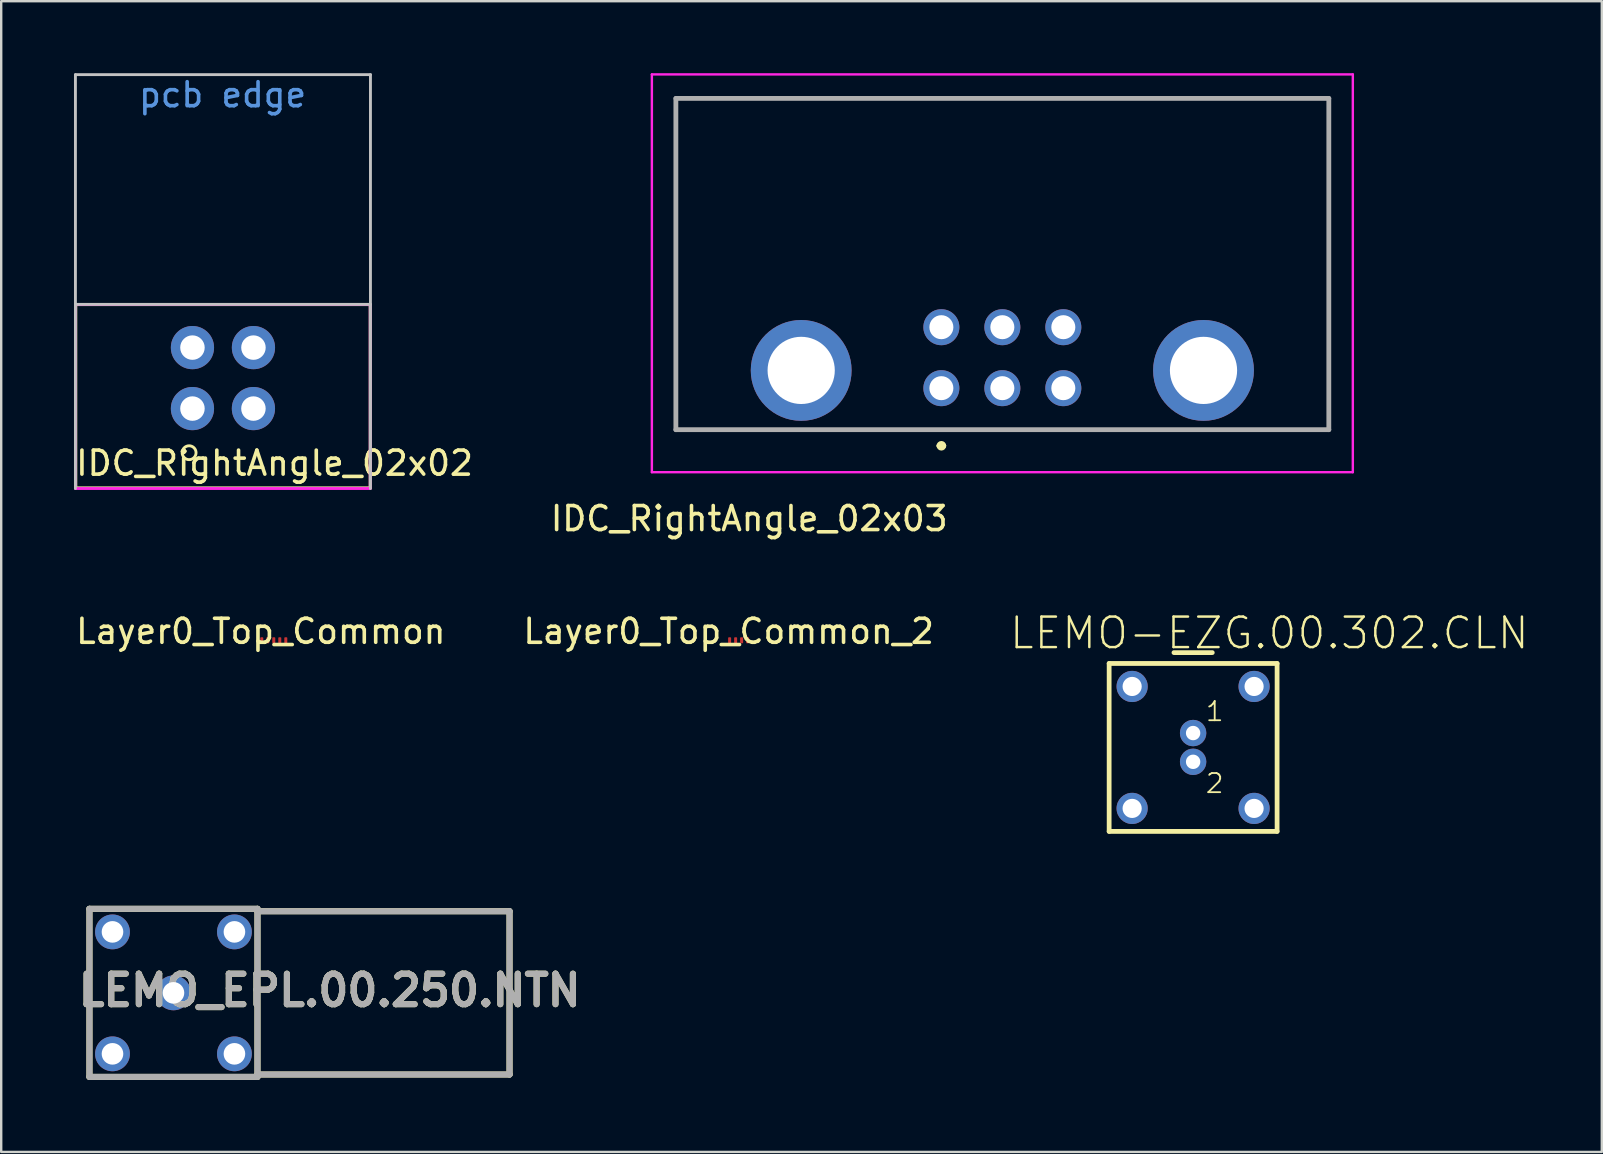
<source format=kicad_pcb>
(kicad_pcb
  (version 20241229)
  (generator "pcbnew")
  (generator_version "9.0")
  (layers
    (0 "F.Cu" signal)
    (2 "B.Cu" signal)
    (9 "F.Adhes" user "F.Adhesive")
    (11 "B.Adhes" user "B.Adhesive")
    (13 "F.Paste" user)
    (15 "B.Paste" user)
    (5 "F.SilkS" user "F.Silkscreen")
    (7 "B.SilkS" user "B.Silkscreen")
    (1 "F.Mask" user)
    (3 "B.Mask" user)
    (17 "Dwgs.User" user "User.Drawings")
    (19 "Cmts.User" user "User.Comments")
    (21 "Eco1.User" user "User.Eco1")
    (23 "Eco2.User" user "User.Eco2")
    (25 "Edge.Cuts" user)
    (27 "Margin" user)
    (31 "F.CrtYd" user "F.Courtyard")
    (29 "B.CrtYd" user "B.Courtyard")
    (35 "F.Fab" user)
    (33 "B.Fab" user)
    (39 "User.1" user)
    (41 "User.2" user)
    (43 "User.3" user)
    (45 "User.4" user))
  (footprint "IDC_RightAngle_02x02"
    (layer "F.Cu")
    (at 6.252 15.631)
    (property "Reference" "IDC_RightAngle_02x02" (at 2.135 0.614 0) (layer "F.SilkS") (effects (font (size 1 1) (thickness 0.15))))
    (attr through_hole)
    (fp_line (start -6.143 -5.992) (end 6.117 -5.992) (stroke (width 0.12) (type solid)) (layer "F.SilkS"))
    (fp_line (start -6.143 1.641) (end -6.143 -5.99) (stroke (width 0.12) (type solid)) (layer "F.SilkS"))
    (fp_line (start 6.117 -5.992) (end 6.117 1.641) (stroke (width 0.12) (type solid)) (layer "F.SilkS"))
    (fp_line (start 6.117 1.641) (end -6.143 1.641) (stroke (width 0.12) (type solid)) (layer "F.SilkS"))
    (fp_circle (center -1.424 0.178) (end -1.659 0.01) (stroke (width 0.12) (type solid)) (fill no) (layer "F.SilkS"))
    (fp_line (start -6.16 -15.571) (end 6.13 -15.571) (stroke (width 0.12) (type solid)) (layer "Dwgs.User"))
    (fp_line (start -6.16 1.669) (end -6.16 -15.571) (stroke (width 0.12) (type solid)) (layer "Dwgs.User"))
    (fp_line (start 6.13 -15.571) (end 6.13 1.669) (stroke (width 0.12) (type solid)) (layer "Dwgs.User"))
    (fp_line (start 6.13 -6.001) (end -6.16 -6.001) (stroke (width 0.12) (type solid)) (layer "Dwgs.User"))
    (fp_line (start -6.156 1.668) (end -6.156 -5.993) (stroke (width 0.12) (type solid)) (layer "F.CrtYd"))
    (fp_line (start -6.154 -5.998) (end 6.122 -5.998) (stroke (width 0.12) (type solid)) (layer "F.CrtYd"))
    (fp_line (start 6.122 -5.998) (end 6.122 1.62) (stroke (width 0.12) (type solid)) (layer "F.CrtYd"))
    (fp_line (start 6.122 1.62) (end 6.122 1.668) (stroke (width 0.12) (type solid)) (layer "F.CrtYd"))
    (fp_line (start 6.122 1.668) (end -6.156 1.668) (stroke (width 0.12) (type solid)) (layer "F.CrtYd"))
    (fp_text user "pcb edge" (at -0.029 -14.733 0) (layer "Cmts.User") (effects (font (size 1 1) (thickness 0.15))))
    (pad "1" thru_hole circle (at -1.285 -1.661) (size 1.8 1.8) (drill 1.02) (layers "*.Cu" "*.Mask"))
    (pad "2" thru_hole circle (at -1.285 -4.201) (size 1.8 1.8) (drill 1.02) (layers "*.Cu" "*.Mask"))
    (pad "3" thru_hole circle (at 1.255 -1.661) (size 1.8 1.8) (drill 1.02) (layers "*.Cu" "*.Mask"))
    (pad "4" thru_hole circle (at 1.256 -4.201) (size 1.8 1.8) (drill 1.02) (layers "*.Cu" "*.Mask")))
  (footprint "LEMO-EZG.00.302.CLN"
    (layer "F.Cu")
    (at 46.652 28.086)
    (property "Reference" "LEMO-EZG.00.302.CLN" (at 3.175 -4.763 0) (layer "F.SilkS") (effects (font (size 1.27 1.27) (thickness 0.102))))
    (attr exclude_from_pos_files exclude_from_bom)
    (fp_line (start -3.498 -3.498) (end -3.498 3.498) (stroke (width 0.198) (type solid)) (layer "F.SilkS"))
    (fp_line (start -3.498 -3.498) (end 3.498 -3.498) (stroke (width 0.198) (type solid)) (layer "F.SilkS"))
    (fp_line (start -3.498 3.498) (end 3.498 3.498) (stroke (width 0.198) (type solid)) (layer "F.SilkS"))
    (fp_line (start -0.798 -3.95) (end 0.798 -3.95) (stroke (width 0.198) (type solid)) (layer "F.SilkS"))
    (fp_line (start 3.498 -3.498) (end 3.498 3.498) (stroke (width 0.198) (type solid)) (layer "F.SilkS"))
    (fp_text user "2" (at 0.899 1.499 0) (layer "F.SilkS") (effects (font (size 0.798 0.798) (thickness 0.076))))
    (fp_text user "1" (at 0.899 -1.499 0) (layer "F.SilkS") (effects (font (size 0.798 0.798) (thickness 0.076))))
    (pad "1" thru_hole circle (at 0 -0.599) (size 1.1 1.1) (drill 0.599) (layers "*.Cu" "*.Paste" "*.Mask"))
    (pad "2" thru_hole circle (at 0 0.599) (size 1.1 1.1) (drill 0.599) (layers "*.Cu" "*.Paste" "*.Mask"))
    (pad "4" thru_hole circle (at -2.54 2.54) (size 1.298 1.298) (drill 0.798) (layers "*.Cu" "*.Paste" "*.Mask"))
    (pad "5" thru_hole circle (at 2.54 2.54) (size 1.298 1.298) (drill 0.798) (layers "*.Cu" "*.Paste" "*.Mask"))
    (pad "6" thru_hole circle (at 2.54 -2.54) (size 1.298 1.298) (drill 0.798) (layers "*.Cu" "*.Paste" "*.Mask"))
    (pad "7" thru_hole circle (at -2.54 -2.54) (size 1.298 1.298) (drill 0.798) (layers "*.Cu" "*.Paste" "*.Mask")))
  (footprint "Layer0_Top_Common"
    (layer "F.Cu")
    (at 7.815 23.75)
    (property "Reference" "Layer0_Top_Common" (at 0 -0.5 0) (unlocked yes) (layer "F.SilkS") (effects (font (size 1 1) (thickness 0.15))))
    (attr smd)
    (pad "1" smd roundrect (at 0.04 -0.127) (size 0.125 0.25) (layers "F.Cu" "F.Mask" "F.Paste") (roundrect_rratio 0.25))
    (pad "2" smd roundrect (at 0.29 -0.127) (size 0.125 0.25) (layers "F.Cu" "F.Mask" "F.Paste") (roundrect_rratio 0.25))
    (pad "3" smd roundrect (at 0.54 -0.127) (size 0.125 0.25) (layers "F.Cu" "F.Mask" "F.Paste") (roundrect_rratio 0.25))
    (pad "4" smd roundrect (at 0.79 -0.127) (size 0.125 0.25) (layers "F.Cu" "F.Mask" "F.Paste") (roundrect_rratio 0.25))
    (pad "5" smd roundrect (at 1.04 -0.127) (size 0.125 0.25) (layers "F.Cu" "F.Mask" "F.Paste") (roundrect_rratio 0.25)))
  (footprint "Layer0_Top_Common_2"
    (layer "F.Cu")
    (at 27.304 23.75)
    (property "Reference" "Layer0_Top_Common_2" (at 0 -0.5 0) (unlocked yes) (layer "F.SilkS") (effects (font (size 1 1) (thickness 0.15))))
    (attr smd)
    (pad "1" smd roundrect (at 0.04 -0.127) (size 0.125 0.25) (layers "F.Cu" "F.Mask" "F.Paste") (roundrect_rratio 0.25))
    (pad "2" smd roundrect (at 0.29 -0.127) (size 0.125 0.25) (layers "F.Cu" "F.Mask" "F.Paste") (roundrect_rratio 0.25))
    (pad "3" smd roundrect (at 0.54 -0.127) (size 0.125 0.25) (layers "F.Cu" "F.Mask" "F.Paste") (roundrect_rratio 0.25))
    (pad "4" smd roundrect (at 0.79 -0.127) (size 0.125 0.25) (layers "F.Cu" "F.Mask" "F.Paste") (roundrect_rratio 0.25)))
  (footprint "IDC_RightAngle_02x03"
    (layer "F.Cu")
    (at 38.715 13.106)
    (property "Reference" "IDC_RightAngle_02x03" (at -10.554 5.448 0) (layer "F.SilkS") (effects (font (size 1 1) (thickness 0.15))))
    (attr through_hole)
    (fp_line (start -13.61 -12.056) (end 13.59 -12.056) (stroke (width 0.1) (type solid)) (layer "F.SilkS"))
    (fp_line (start -13.61 1.744) (end -13.61 -12.056) (stroke (width 0.1) (type solid)) (layer "F.SilkS"))
    (fp_line (start -2.65 2.414) (end -2.65 2.414) (stroke (width 0.2) (type solid)) (layer "F.SilkS"))
    (fp_line (start -2.45 2.414) (end -2.45 2.414) (stroke (width 0.2) (type solid)) (layer "F.SilkS"))
    (fp_line (start 13.59 -12.056) (end 13.59 1.744) (stroke (width 0.1) (type solid)) (layer "F.SilkS"))
    (fp_line (start 13.59 1.744) (end -13.61 1.744) (stroke (width 0.1) (type solid)) (layer "F.SilkS"))
    (fp_arc (start -2.65 2.414) (mid -2.55 2.314) (end -2.45 2.414) (stroke (width 0.2) (type solid)) (layer "F.SilkS"))
    (fp_arc (start -2.45 2.414) (mid -2.55 2.514) (end -2.65 2.414) (stroke (width 0.2) (type solid)) (layer "F.SilkS"))
    (fp_line (start -14.61 -13.056) (end 14.59 -13.056) (stroke (width 0.1) (type solid)) (layer "F.CrtYd"))
    (fp_line (start -14.61 3.514) (end -14.61 -13.056) (stroke (width 0.1) (type solid)) (layer "F.CrtYd"))
    (fp_line (start 14.59 -13.056) (end 14.59 3.514) (stroke (width 0.1) (type solid)) (layer "F.CrtYd"))
    (fp_line (start 14.59 3.514) (end -14.61 3.514) (stroke (width 0.1) (type solid)) (layer "F.CrtYd"))
    (fp_line (start -13.61 -12.056) (end 13.59 -12.056) (stroke (width 0.2) (type solid)) (layer "F.Fab"))
    (fp_line (start -13.61 1.744) (end -13.61 -12.056) (stroke (width 0.2) (type solid)) (layer "F.Fab"))
    (fp_line (start 13.59 -12.056) (end 13.59 1.744) (stroke (width 0.2) (type solid)) (layer "F.Fab"))
    (fp_line (start 13.59 1.744) (end -13.61 1.744) (stroke (width 0.2) (type solid)) (layer "F.Fab"))
    (pad "1" thru_hole circle (at -2.55 0.014) (size 1.5 1.5) (drill 1) (layers "*.Cu" "*.Mask"))
    (pad "2" thru_hole circle (at -2.55 -2.526) (size 1.5 1.5) (drill 1) (layers "*.Cu" "*.Mask"))
    (pad "3" thru_hole circle (at -0.01 0.014) (size 1.5 1.5) (drill 1) (layers "*.Cu" "*.Mask"))
    (pad "4" thru_hole circle (at -0.01 -2.526) (size 1.5 1.5) (drill 1) (layers "*.Cu" "*.Mask"))
    (pad "5" thru_hole circle (at 2.53 0.014) (size 1.5 1.5) (drill 1) (layers "*.Cu" "*.Mask"))
    (pad "6" thru_hole circle (at 2.53 -2.526) (size 1.5 1.5) (drill 1) (layers "*.Cu" "*.Mask"))
    (pad "MH1" thru_hole circle (at -8.39 -0.726) (size 4.2 4.2) (drill 2.8) (layers "*.Cu" "*.Mask"))
    (pad "MH2" thru_hole circle (at 8.37 -0.726) (size 4.2 4.2) (drill 2.8) (layers "*.Cu" "*.Mask")))
  (footprint "LEMO_EPL.00.250.NTN"
    (layer "F.Cu")
    (at 0.676 38.31)
    (property "Reference" "LEMO_EPL.00.250.NTN" (at 10.01 -0.103 0) (layer "F.SilkS") (effects (font (size 1.27 1.27) (thickness 0.254))))
    (attr through_hole)
    (fp_line (start 0 -3.5) (end 7 -3.5) (stroke (width 0.254) (type solid)) (layer "F.SilkS"))
    (fp_line (start 0 3.5) (end 0 -3.5) (stroke (width 0.254) (type solid)) (layer "F.SilkS"))
    (fp_line (start 7 -3.5) (end 7 3.5) (stroke (width 0.254) (type solid)) (layer "F.SilkS"))
    (fp_line (start 7 3.4) (end 17.5 3.4) (stroke (width 0.254) (type solid)) (layer "F.SilkS"))
    (fp_line (start 7 3.5) (end 0 3.5) (stroke (width 0.254) (type solid)) (layer "F.SilkS"))
    (fp_line (start 17.5 -3.4) (end 7 -3.4) (stroke (width 0.254) (type solid)) (layer "F.SilkS"))
    (fp_line (start 17.5 3.4) (end 17.5 -3.4) (stroke (width 0.254) (type solid)) (layer "F.SilkS"))
    (fp_line (start 0 -3.5) (end 7 -3.5) (stroke (width 0.254) (type solid)) (layer "F.Fab"))
    (fp_line (start 0 3.5) (end 0 -3.5) (stroke (width 0.254) (type solid)) (layer "F.Fab"))
    (fp_line (start 7 -3.5) (end 7 3.5) (stroke (width 0.254) (type solid)) (layer "F.Fab"))
    (fp_line (start 7 -3.4) (end 17.5 -3.4) (stroke (width 0.254) (type solid)) (layer "F.Fab"))
    (fp_line (start 7 3.5) (end 0 3.5) (stroke (width 0.254) (type solid)) (layer "F.Fab"))
    (fp_line (start 17.5 -3.4) (end 17.5 3.4) (stroke (width 0.254) (type solid)) (layer "F.Fab"))
    (fp_line (start 17.5 3.4) (end 7 3.4) (stroke (width 0.254) (type solid)) (layer "F.Fab"))
    (fp_text user "${REFERENCE}" (at 10.01 -0.103 0) (layer "F.Fab") (effects (font (size 1.27 1.27) (thickness 0.254))))
    (pad "1" thru_hole circle (at 0.96 2.54) (size 1.45 1.45) (drill 0.9) (layers "*.Cu" "*.Mask"))
    (pad "2" thru_hole circle (at 6.04 2.54) (size 1.45 1.45) (drill 0.9) (layers "*.Cu" "*.Mask"))
    (pad "3" thru_hole circle (at 6.04 -2.54) (size 1.45 1.45) (drill 0.9) (layers "*.Cu" "*.Mask"))
    (pad "4" thru_hole circle (at 0.96 -2.54) (size 1.45 1.45) (drill 0.9) (layers "*.Cu" "*.Mask"))
    (pad "5" thru_hole circle (at 3.5 0) (size 1.45 1.45) (drill 0.9) (layers "*.Cu" "*.Mask")))
  (gr_rect
    (start -3 -3)
    (end 63.677 44.937)
    (stroke (width 0.1) (type default))
    (fill no)
    (layer "Edge.Cuts")))
</source>
